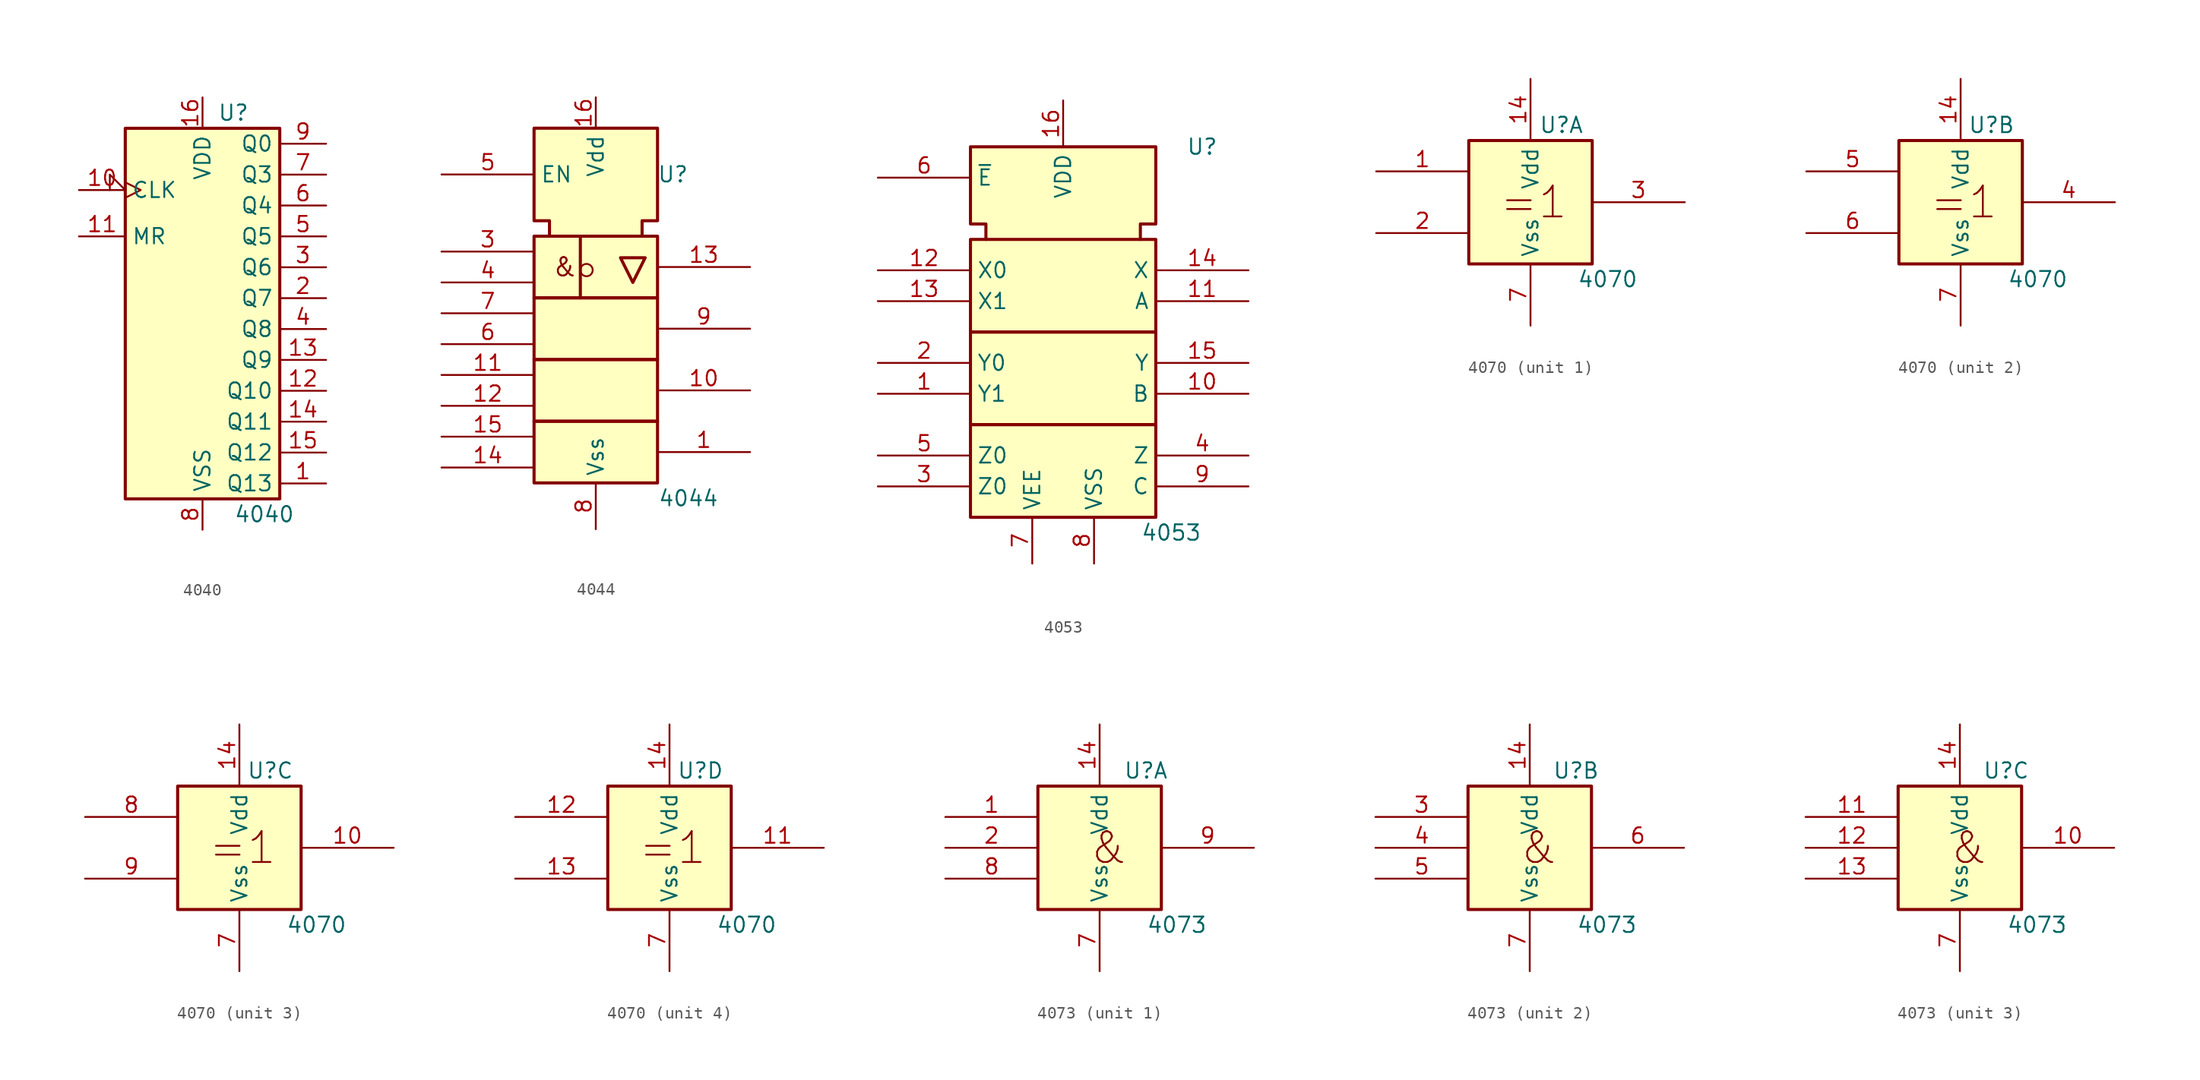
<source format=kicad_sym>
(kicad_symbol_lib
  (version 20220914)
  (generator kicad_symbol_editor)
  (symbol "4040"
    (property "Reference" "U"
      (at 2.54 16.51 0)
      (effects (font (size 1.27 1.27))))
    (property "Value" "4040"
      (at 5.08 -16.51 0)
      (effects (font (size 1.27 1.27))))
    (symbol "4040_0_0"
      (rectangle (start -6.35 15.24) (end 6.35 -15.24) (stroke (width 0.254) (type default)) (fill (type background)))
      (pin power_in line (at 0 17.78 270) (length 2.54) (name "VDD" (effects (font (size 1.27 1.27)))) (number "16" (effects (font (size 1.27 1.27)))))
      (pin power_in line (at 0 -17.78 90) (length 2.54) (name "VSS" (effects (font (size 1.27 1.27)))) (number "8" (effects (font (size 1.27 1.27))))))
    (symbol "4040_1_1"
      (pin output line (at 10.16 -13.97 180) (length 3.81) (name "Q13" (effects (font (size 1.27 1.27)))) (number "1" (effects (font (size 1.27 1.27)))))
      (pin input clock_low (at -10.16 10.16 0) (length 3.81) (name "CLK" (effects (font (size 1.27 1.27)))) (number "10" (effects (font (size 1.27 1.27)))))
      (pin input line (at -10.16 6.35 0) (length 3.81) (name "MR" (effects (font (size 1.27 1.27)))) (number "11" (effects (font (size 1.27 1.27)))))
      (pin output line (at 10.16 -6.35 180) (length 3.81) (name "Q10" (effects (font (size 1.27 1.27)))) (number "12" (effects (font (size 1.27 1.27)))))
      (pin output line (at 10.16 -3.81 180) (length 3.81) (name "Q9" (effects (font (size 1.27 1.27)))) (number "13" (effects (font (size 1.27 1.27)))))
      (pin output line (at 10.16 -8.89 180) (length 3.81) (name "Q11" (effects (font (size 1.27 1.27)))) (number "14" (effects (font (size 1.27 1.27)))))
      (pin output line (at 10.16 -11.43 180) (length 3.81) (name "Q12" (effects (font (size 1.27 1.27)))) (number "15" (effects (font (size 1.27 1.27)))))
      (pin output line (at 10.16 1.27 180) (length 3.81) (name "Q7" (effects (font (size 1.27 1.27)))) (number "2" (effects (font (size 1.27 1.27)))))
      (pin output line (at 10.16 3.81 180) (length 3.81) (name "Q6" (effects (font (size 1.27 1.27)))) (number "3" (effects (font (size 1.27 1.27)))))
      (pin output line (at 10.16 -1.27 180) (length 3.81) (name "Q8" (effects (font (size 1.27 1.27)))) (number "4" (effects (font (size 1.27 1.27)))))
      (pin output line (at 10.16 6.35 180) (length 3.81) (name "Q5" (effects (font (size 1.27 1.27)))) (number "5" (effects (font (size 1.27 1.27)))))
      (pin output line (at 10.16 8.89 180) (length 3.81) (name "Q4" (effects (font (size 1.27 1.27)))) (number "6" (effects (font (size 1.27 1.27)))))
      (pin output line (at 10.16 11.43 180) (length 3.81) (name "Q3" (effects (font (size 1.27 1.27)))) (number "7" (effects (font (size 1.27 1.27)))))
      (pin output line (at 10.16 13.97 180) (length 3.81) (name "Q0" (effects (font (size 1.27 1.27)))) (number "9" (effects (font (size 1.27 1.27)))))))
  (symbol "4044"
    (property "Reference" "U"
      (at 6.35 6.35 0)
      (effects (font (size 1.27 1.27))))
    (property "Value" "4044"
      (at 7.62 -20.32 0)
      (effects (font (size 1.27 1.27))))
    (symbol "4044_0_0"
      (rectangle (start -5.08 -13.97) (end 5.08 -19.05) (stroke (width 0.254) (type default)) (fill (type background)))
      (rectangle (start -5.08 -8.89) (end 5.08 -13.97) (stroke (width 0.254) (type default)) (fill (type background)))
      (rectangle (start -5.08 -3.81) (end 5.08 -8.89) (stroke (width 0.254) (type default)) (fill (type background)))
      (rectangle (start -5.08 1.27) (end 5.08 -3.81) (stroke (width 0.254) (type default)) (fill (type background)))
      (circle (center -0.762 -1.524) (radius 0.508) (stroke (width 0) (type default)) (fill (type none)))
      (polyline (pts (xy -1.27 1.27) (xy -1.27 -3.81) (xy -1.27 -3.81)) (stroke (width 0.254) (type default)) (fill (type background)))
      (polyline (pts (xy 2.032 -0.508) (xy 3.048 -2.54) (xy 4.064 -0.508) (xy 2.032 -0.508) (xy 2.032 -0.508)) (stroke (width 0.254) (type default)) (fill (type background)))
      (polyline (pts (xy -3.81 1.27) (xy -3.81 2.54) (xy -5.08 2.54) (xy -5.08 10.16) (xy 5.08 10.16) (xy 5.08 2.54) (xy 3.81 2.54) (xy 3.81 1.27) (xy 3.81 1.27)) (stroke (width 0.254) (type default)) (fill (type background)))
      (text "&" (at -2.54 -1.27 0) (effects (font (size 1.524 1.524)))))
    (symbol "4044_1_0"
      (pin output line (at 12.7 -16.51 180) (length 7.62) (name "~" (effects (font (size 1.27 1.27)))) (number "1" (effects (font (size 1.27 1.27)))))
      (pin output line (at 12.7 -11.43 180) (length 7.62) (name "~" (effects (font (size 1.27 1.27)))) (number "10" (effects (font (size 1.27 1.27)))))
      (pin input line (at -12.7 -10.16 0) (length 7.62) (name "~" (effects (font (size 1.27 1.27)))) (number "11" (effects (font (size 1.27 1.27)))))
      (pin input line (at -12.7 -12.7 0) (length 7.62) (name "~" (effects (font (size 1.27 1.27)))) (number "12" (effects (font (size 1.27 1.27)))))
      (pin output line (at 12.7 -1.27 180) (length 7.62) (name "~" (effects (font (size 1.27 1.27)))) (number "13" (effects (font (size 1.27 1.27)))))
      (pin input line (at -12.7 -17.78 0) (length 7.62) (name "~" (effects (font (size 1.27 1.27)))) (number "14" (effects (font (size 1.27 1.27)))))
      (pin input line (at -12.7 -15.24 0) (length 7.62) (name "~" (effects (font (size 1.27 1.27)))) (number "15" (effects (font (size 1.27 1.27)))))
      (pin power_in line (at 0 12.7 270) (length 2.54) (name "Vdd" (effects (font (size 1.27 1.27)))) (number "16" (effects (font (size 1.27 1.27)))))
      (pin input line (at -12.7 0 0) (length 7.62) (name "~" (effects (font (size 1.27 1.27)))) (number "3" (effects (font (size 1.27 1.27)))))
      (pin input line (at -12.7 -2.54 0) (length 7.62) (name "~" (effects (font (size 1.27 1.27)))) (number "4" (effects (font (size 1.27 1.27)))))
      (pin input line (at -12.7 6.35 0) (length 7.62) (name "EN" (effects (font (size 1.27 1.27)))) (number "5" (effects (font (size 1.27 1.27)))))
      (pin input line (at -12.7 -7.62 0) (length 7.62) (name "~" (effects (font (size 1.27 1.27)))) (number "6" (effects (font (size 1.27 1.27)))))
      (pin input line (at -12.7 -5.08 0) (length 7.62) (name "~" (effects (font (size 1.27 1.27)))) (number "7" (effects (font (size 1.27 1.27)))))
      (pin power_in line (at 0 -22.86 90) (length 3.81) (name "Vss" (effects (font (size 1.27 1.27)))) (number "8" (effects (font (size 1.27 1.27)))))
      (pin output line (at 12.7 -6.35 180) (length 7.62) (name "~" (effects (font (size 1.27 1.27)))) (number "9" (effects (font (size 1.27 1.27)))))))
  (symbol "4053"
    (property "Reference" "U"
      (at 11.43 13.97 0)
      (effects (font (size 1.27 1.27))))
    (property "Value" "4053"
      (at 8.89 -17.78 0)
      (effects (font (size 1.27 1.27))))
    (symbol "4053_0_0"
      (pin power_in line (at 0 17.78 270) (length 3.81) (name "VDD" (effects (font (size 1.27 1.27)))) (number "16" (effects (font (size 1.27 1.27)))))
      (pin power_in line (at 2.54 -20.32 90) (length 3.81) (name "VSS" (effects (font (size 1.27 1.27)))) (number "8" (effects (font (size 1.27 1.27))))))
    (symbol "4053_0_1"
      (rectangle (start -7.62 -8.89) (end 7.62 -16.51) (stroke (width 0.254) (type default)) (fill (type background)))
      (rectangle (start -7.62 -1.27) (end 7.62 -8.89) (stroke (width 0.254) (type default)) (fill (type background)))
      (rectangle (start -7.62 6.35) (end 7.62 -1.27) (stroke (width 0.254) (type default)) (fill (type background)))
      (polyline (pts (xy -6.35 6.35) (xy -6.35 7.62) (xy -7.62 7.62) (xy -7.62 13.97) (xy 7.62 13.97) (xy 7.62 7.62) (xy 6.35 7.62) (xy 6.35 6.35) (xy 6.35 6.35)) (stroke (width 0.254) (type default)) (fill (type background))))
    (symbol "4053_1_1"
      (pin passive line (at -15.24 -6.35 0) (length 7.62) (name "Y1" (effects (font (size 1.27 1.27)))) (number "1" (effects (font (size 1.27 1.27)))))
      (pin input line (at 15.24 -6.35 180) (length 7.62) (name "B" (effects (font (size 1.27 1.27)))) (number "10" (effects (font (size 1.27 1.27)))))
      (pin input line (at 15.24 1.27 180) (length 7.62) (name "A" (effects (font (size 1.27 1.27)))) (number "11" (effects (font (size 1.27 1.27)))))
      (pin passive line (at -15.24 3.81 0) (length 7.62) (name "X0" (effects (font (size 1.27 1.27)))) (number "12" (effects (font (size 1.27 1.27)))))
      (pin passive line (at -15.24 1.27 0) (length 7.62) (name "X1" (effects (font (size 1.27 1.27)))) (number "13" (effects (font (size 1.27 1.27)))))
      (pin passive line (at 15.24 3.81 180) (length 7.62) (name "X" (effects (font (size 1.27 1.27)))) (number "14" (effects (font (size 1.27 1.27)))))
      (pin passive line (at 15.24 -3.81 180) (length 7.62) (name "Y" (effects (font (size 1.27 1.27)))) (number "15" (effects (font (size 1.27 1.27)))))
      (pin passive line (at -15.24 -3.81 0) (length 7.62) (name "Y0" (effects (font (size 1.27 1.27)))) (number "2" (effects (font (size 1.27 1.27)))))
      (pin passive line (at -15.24 -13.97 0) (length 7.62) (name "Z0" (effects (font (size 1.27 1.27)))) (number "3" (effects (font (size 1.27 1.27)))))
      (pin passive line (at 15.24 -11.43 180) (length 7.62) (name "Z" (effects (font (size 1.27 1.27)))) (number "4" (effects (font (size 1.27 1.27)))))
      (pin passive line (at -15.24 -11.43 0) (length 7.62) (name "Z0" (effects (font (size 1.27 1.27)))) (number "5" (effects (font (size 1.27 1.27)))))
      (pin input line (at -15.24 11.43 0) (length 7.62) (name "~{E}" (effects (font (size 1.27 1.27)))) (number "6" (effects (font (size 1.27 1.27)))))
      (pin power_in line (at -2.54 -20.32 90) (length 3.81) (name "VEE" (effects (font (size 1.27 1.27)))) (number "7" (effects (font (size 1.27 1.27)))))
      (pin input line (at 15.24 -13.97 180) (length 7.62) (name "C" (effects (font (size 1.27 1.27)))) (number "9" (effects (font (size 1.27 1.27)))))))
  (symbol "4070"
    (property "Reference" "U"
      (at 2.54 6.35 0)
      (effects (font (size 1.27 1.27))))
    (property "Value" "4070"
      (at 6.35 -6.35 0)
      (effects (font (size 1.27 1.27))))
    (symbol "4070_0_0"
      (rectangle (start -5.08 5.08) (end 5.08 -5.08) (stroke (width 0.254) (type default)) (fill (type background)))
      (text "=1" (at 0.254 0 0) (effects (font (size 2.54 2.54))))
      (pin power_in line (at 0 10.16 270) (length 5.08) (name "Vdd" (effects (font (size 1.27 1.27)))) (number "14" (effects (font (size 1.27 1.27)))))
      (pin power_in line (at 0 -10.16 90) (length 5.08) (name "Vss" (effects (font (size 1.27 1.27)))) (number "7" (effects (font (size 1.27 1.27))))))
    (symbol "4070_1_1"
      (pin input line (at -12.7 2.54 0) (length 7.62) (name "~" (effects (font (size 1.27 1.27)))) (number "1" (effects (font (size 1.27 1.27)))))
      (pin input line (at -12.7 -2.54 0) (length 7.62) (name "~" (effects (font (size 1.27 1.27)))) (number "2" (effects (font (size 1.27 1.27)))))
      (pin output line (at 12.7 0 180) (length 7.62) (name "~" (effects (font (size 1.27 1.27)))) (number "3" (effects (font (size 1.27 1.27))))))
    (symbol "4070_2_1"
      (pin output line (at 12.7 0 180) (length 7.62) (name "~" (effects (font (size 1.27 1.27)))) (number "4" (effects (font (size 1.27 1.27)))))
      (pin input line (at -12.7 2.54 0) (length 7.62) (name "~" (effects (font (size 1.27 1.27)))) (number "5" (effects (font (size 1.27 1.27)))))
      (pin input line (at -12.7 -2.54 0) (length 7.62) (name "~" (effects (font (size 1.27 1.27)))) (number "6" (effects (font (size 1.27 1.27))))))
    (symbol "4070_3_1"
      (pin output line (at 12.7 0 180) (length 7.62) (name "~" (effects (font (size 1.27 1.27)))) (number "10" (effects (font (size 1.27 1.27)))))
      (pin input line (at -12.7 2.54 0) (length 7.62) (name "~" (effects (font (size 1.27 1.27)))) (number "8" (effects (font (size 1.27 1.27)))))
      (pin input line (at -12.7 -2.54 0) (length 7.62) (name "~" (effects (font (size 1.27 1.27)))) (number "9" (effects (font (size 1.27 1.27))))))
    (symbol "4070_4_1"
      (pin output line (at 12.7 0 180) (length 7.62) (name "~" (effects (font (size 1.27 1.27)))) (number "11" (effects (font (size 1.27 1.27)))))
      (pin input line (at -12.7 2.54 0) (length 7.62) (name "~" (effects (font (size 1.27 1.27)))) (number "12" (effects (font (size 1.27 1.27)))))
      (pin input line (at -12.7 -2.54 0) (length 7.62) (name "~" (effects (font (size 1.27 1.27)))) (number "13" (effects (font (size 1.27 1.27)))))))
  (symbol "4073"
    (property "Reference" "U"
      (at 3.81 6.35 0)
      (effects (font (size 1.27 1.27))))
    (property "Value" "4073"
      (at 6.35 -6.35 0)
      (effects (font (size 1.27 1.27))))
    (symbol "4073_0_0"
      (rectangle (start -5.08 5.08) (end 5.08 -5.08) (stroke (width 0.254) (type default)) (fill (type background)))
      (text "&" (at 0.762 0 0) (effects (font (size 2.54 2.54))))
      (pin power_in line (at 0 10.16 270) (length 5.08) (name "Vdd" (effects (font (size 1.27 1.27)))) (number "14" (effects (font (size 1.27 1.27)))))
      (pin power_in line (at 0 -10.16 90) (length 5.08) (name "Vss" (effects (font (size 1.27 1.27)))) (number "7" (effects (font (size 1.27 1.27))))))
    (symbol "4073_1_1"
      (pin input line (at -12.7 2.54 0) (length 7.62) (name "~" (effects (font (size 1.27 1.27)))) (number "1" (effects (font (size 1.27 1.27)))))
      (pin input line (at -12.7 0 0) (length 7.62) (name "~" (effects (font (size 1.27 1.27)))) (number "2" (effects (font (size 1.27 1.27)))))
      (pin input line (at -12.7 -2.54 0) (length 7.62) (name "~" (effects (font (size 1.27 1.27)))) (number "8" (effects (font (size 1.27 1.27)))))
      (pin output line (at 12.7 0 180) (length 7.62) (name "~" (effects (font (size 1.27 1.27)))) (number "9" (effects (font (size 1.27 1.27))))))
    (symbol "4073_2_1"
      (pin input line (at -12.7 2.54 0) (length 7.62) (name "~" (effects (font (size 1.27 1.27)))) (number "3" (effects (font (size 1.27 1.27)))))
      (pin input line (at -12.7 0 0) (length 7.62) (name "~" (effects (font (size 1.27 1.27)))) (number "4" (effects (font (size 1.27 1.27)))))
      (pin input line (at -12.7 -2.54 0) (length 7.62) (name "~" (effects (font (size 1.27 1.27)))) (number "5" (effects (font (size 1.27 1.27)))))
      (pin output line (at 12.7 0 180) (length 7.62) (name "~" (effects (font (size 1.27 1.27)))) (number "6" (effects (font (size 1.27 1.27))))))
    (symbol "4073_3_1"
      (pin output line (at 12.7 0 180) (length 7.62) (name "~" (effects (font (size 1.27 1.27)))) (number "10" (effects (font (size 1.27 1.27)))))
      (pin input line (at -12.7 2.54 0) (length 7.62) (name "~" (effects (font (size 1.27 1.27)))) (number "11" (effects (font (size 1.27 1.27)))))
      (pin input line (at -12.7 0 0) (length 7.62) (name "~" (effects (font (size 1.27 1.27)))) (number "12" (effects (font (size 1.27 1.27)))))
      (pin input line (at -12.7 -2.54 0) (length 7.62) (name "~" (effects (font (size 1.27 1.27)))) (number "13" (effects (font (size 1.27 1.27))))))))
</source>
